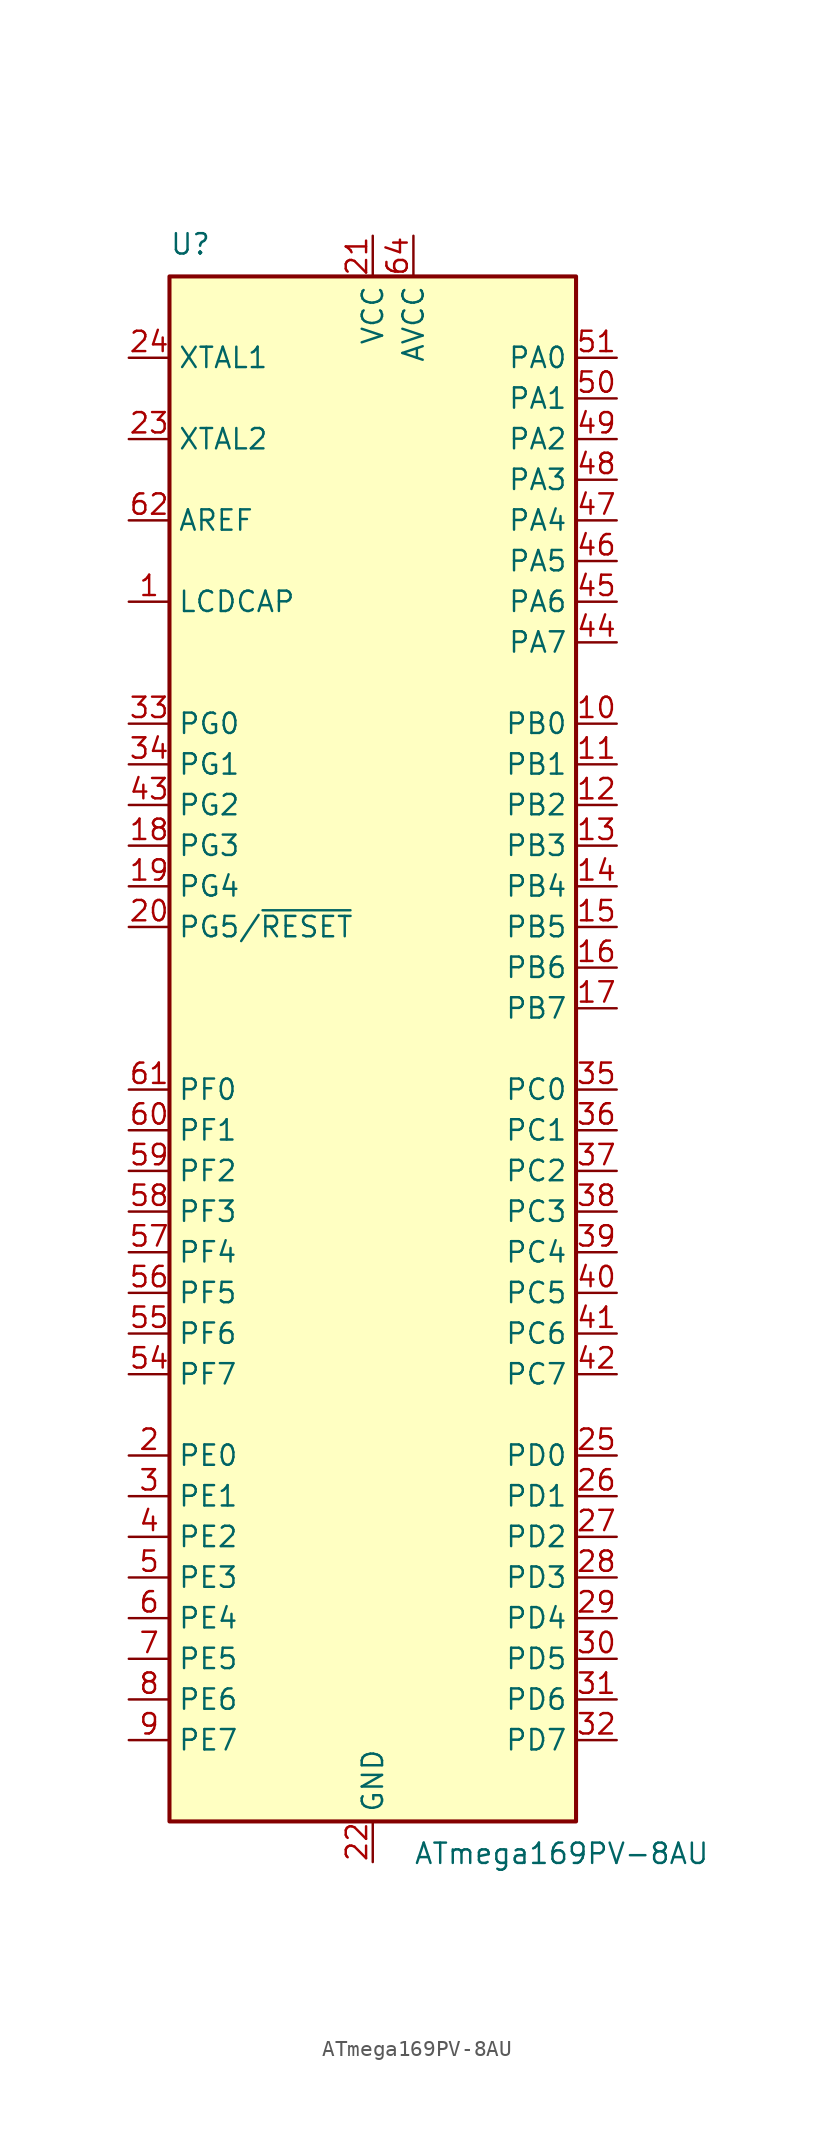
<source format=kicad_sym>
(kicad_symbol_lib
  (version 20211014)
  (generator kicad_symbol_editor)
  (symbol "ATmega169PV-8AU"
    (property "Reference" "U"
      (at -12.7 49.53 0)
      (effects (font (size 1.27 1.27)) (justify left bottom)))
    (property "Value" "ATmega169PV-8AU"
      (at 2.54 -49.53 0)
      (effects (font (size 1.27 1.27)) (justify left top)))
    (symbol "ATmega169PV-8AU_0_1"
      (rectangle (start -12.7 -48.26) (end 12.7 48.26) (stroke (width 0.254) (type default) (color 0 0 0 0)) (fill (type background))))
    (symbol "ATmega169PV-8AU_1_1"
      (pin passive line (at -15.24 27.94 0) (length 2.54) (name "LCDCAP" (effects (font (size 1.27 1.27)))) (number "1" (effects (font (size 1.27 1.27)))))
      (pin bidirectional line (at 15.24 20.32 180) (length 2.54) (name "PB0" (effects (font (size 1.27 1.27)))) (number "10" (effects (font (size 1.27 1.27)))))
      (pin bidirectional line (at 15.24 17.78 180) (length 2.54) (name "PB1" (effects (font (size 1.27 1.27)))) (number "11" (effects (font (size 1.27 1.27)))))
      (pin bidirectional line (at 15.24 15.24 180) (length 2.54) (name "PB2" (effects (font (size 1.27 1.27)))) (number "12" (effects (font (size 1.27 1.27)))))
      (pin bidirectional line (at 15.24 12.7 180) (length 2.54) (name "PB3" (effects (font (size 1.27 1.27)))) (number "13" (effects (font (size 1.27 1.27)))))
      (pin bidirectional line (at 15.24 10.16 180) (length 2.54) (name "PB4" (effects (font (size 1.27 1.27)))) (number "14" (effects (font (size 1.27 1.27)))))
      (pin bidirectional line (at 15.24 7.62 180) (length 2.54) (name "PB5" (effects (font (size 1.27 1.27)))) (number "15" (effects (font (size 1.27 1.27)))))
      (pin bidirectional line (at 15.24 5.08 180) (length 2.54) (name "PB6" (effects (font (size 1.27 1.27)))) (number "16" (effects (font (size 1.27 1.27)))))
      (pin bidirectional line (at 15.24 2.54 180) (length 2.54) (name "PB7" (effects (font (size 1.27 1.27)))) (number "17" (effects (font (size 1.27 1.27)))))
      (pin bidirectional line (at -15.24 12.7 0) (length 2.54) (name "PG3" (effects (font (size 1.27 1.27)))) (number "18" (effects (font (size 1.27 1.27)))))
      (pin bidirectional line (at -15.24 10.16 0) (length 2.54) (name "PG4" (effects (font (size 1.27 1.27)))) (number "19" (effects (font (size 1.27 1.27)))))
      (pin bidirectional line (at -15.24 -25.4 0) (length 2.54) (name "PE0" (effects (font (size 1.27 1.27)))) (number "2" (effects (font (size 1.27 1.27)))))
      (pin bidirectional line (at -15.24 7.62 0) (length 2.54) (name "PG5/~{RESET}" (effects (font (size 1.27 1.27)))) (number "20" (effects (font (size 1.27 1.27)))))
      (pin power_in line (at 0 50.8 270) (length 2.54) (name "VCC" (effects (font (size 1.27 1.27)))) (number "21" (effects (font (size 1.27 1.27)))))
      (pin power_in line (at 0 -50.8 90) (length 2.54) (name "GND" (effects (font (size 1.27 1.27)))) (number "22" (effects (font (size 1.27 1.27)))))
      (pin output line (at -15.24 38.1 0) (length 2.54) (name "XTAL2" (effects (font (size 1.27 1.27)))) (number "23" (effects (font (size 1.27 1.27)))))
      (pin input line (at -15.24 43.18 0) (length 2.54) (name "XTAL1" (effects (font (size 1.27 1.27)))) (number "24" (effects (font (size 1.27 1.27)))))
      (pin bidirectional line (at 15.24 -25.4 180) (length 2.54) (name "PD0" (effects (font (size 1.27 1.27)))) (number "25" (effects (font (size 1.27 1.27)))))
      (pin bidirectional line (at 15.24 -27.94 180) (length 2.54) (name "PD1" (effects (font (size 1.27 1.27)))) (number "26" (effects (font (size 1.27 1.27)))))
      (pin bidirectional line (at 15.24 -30.48 180) (length 2.54) (name "PD2" (effects (font (size 1.27 1.27)))) (number "27" (effects (font (size 1.27 1.27)))))
      (pin bidirectional line (at 15.24 -33.02 180) (length 2.54) (name "PD3" (effects (font (size 1.27 1.27)))) (number "28" (effects (font (size 1.27 1.27)))))
      (pin bidirectional line (at 15.24 -35.56 180) (length 2.54) (name "PD4" (effects (font (size 1.27 1.27)))) (number "29" (effects (font (size 1.27 1.27)))))
      (pin bidirectional line (at -15.24 -27.94 0) (length 2.54) (name "PE1" (effects (font (size 1.27 1.27)))) (number "3" (effects (font (size 1.27 1.27)))))
      (pin bidirectional line (at 15.24 -38.1 180) (length 2.54) (name "PD5" (effects (font (size 1.27 1.27)))) (number "30" (effects (font (size 1.27 1.27)))))
      (pin bidirectional line (at 15.24 -40.64 180) (length 2.54) (name "PD6" (effects (font (size 1.27 1.27)))) (number "31" (effects (font (size 1.27 1.27)))))
      (pin bidirectional line (at 15.24 -43.18 180) (length 2.54) (name "PD7" (effects (font (size 1.27 1.27)))) (number "32" (effects (font (size 1.27 1.27)))))
      (pin bidirectional line (at -15.24 20.32 0) (length 2.54) (name "PG0" (effects (font (size 1.27 1.27)))) (number "33" (effects (font (size 1.27 1.27)))))
      (pin bidirectional line (at -15.24 17.78 0) (length 2.54) (name "PG1" (effects (font (size 1.27 1.27)))) (number "34" (effects (font (size 1.27 1.27)))))
      (pin bidirectional line (at 15.24 -2.54 180) (length 2.54) (name "PC0" (effects (font (size 1.27 1.27)))) (number "35" (effects (font (size 1.27 1.27)))))
      (pin bidirectional line (at 15.24 -5.08 180) (length 2.54) (name "PC1" (effects (font (size 1.27 1.27)))) (number "36" (effects (font (size 1.27 1.27)))))
      (pin bidirectional line (at 15.24 -7.62 180) (length 2.54) (name "PC2" (effects (font (size 1.27 1.27)))) (number "37" (effects (font (size 1.27 1.27)))))
      (pin bidirectional line (at 15.24 -10.16 180) (length 2.54) (name "PC3" (effects (font (size 1.27 1.27)))) (number "38" (effects (font (size 1.27 1.27)))))
      (pin bidirectional line (at 15.24 -12.7 180) (length 2.54) (name "PC4" (effects (font (size 1.27 1.27)))) (number "39" (effects (font (size 1.27 1.27)))))
      (pin bidirectional line (at -15.24 -30.48 0) (length 2.54) (name "PE2" (effects (font (size 1.27 1.27)))) (number "4" (effects (font (size 1.27 1.27)))))
      (pin bidirectional line (at 15.24 -15.24 180) (length 2.54) (name "PC5" (effects (font (size 1.27 1.27)))) (number "40" (effects (font (size 1.27 1.27)))))
      (pin bidirectional line (at 15.24 -17.78 180) (length 2.54) (name "PC6" (effects (font (size 1.27 1.27)))) (number "41" (effects (font (size 1.27 1.27)))))
      (pin bidirectional line (at 15.24 -20.32 180) (length 2.54) (name "PC7" (effects (font (size 1.27 1.27)))) (number "42" (effects (font (size 1.27 1.27)))))
      (pin bidirectional line (at -15.24 15.24 0) (length 2.54) (name "PG2" (effects (font (size 1.27 1.27)))) (number "43" (effects (font (size 1.27 1.27)))))
      (pin bidirectional line (at 15.24 25.4 180) (length 2.54) (name "PA7" (effects (font (size 1.27 1.27)))) (number "44" (effects (font (size 1.27 1.27)))))
      (pin bidirectional line (at 15.24 27.94 180) (length 2.54) (name "PA6" (effects (font (size 1.27 1.27)))) (number "45" (effects (font (size 1.27 1.27)))))
      (pin bidirectional line (at 15.24 30.48 180) (length 2.54) (name "PA5" (effects (font (size 1.27 1.27)))) (number "46" (effects (font (size 1.27 1.27)))))
      (pin bidirectional line (at 15.24 33.02 180) (length 2.54) (name "PA4" (effects (font (size 1.27 1.27)))) (number "47" (effects (font (size 1.27 1.27)))))
      (pin bidirectional line (at 15.24 35.56 180) (length 2.54) (name "PA3" (effects (font (size 1.27 1.27)))) (number "48" (effects (font (size 1.27 1.27)))))
      (pin bidirectional line (at 15.24 38.1 180) (length 2.54) (name "PA2" (effects (font (size 1.27 1.27)))) (number "49" (effects (font (size 1.27 1.27)))))
      (pin bidirectional line (at -15.24 -33.02 0) (length 2.54) (name "PE3" (effects (font (size 1.27 1.27)))) (number "5" (effects (font (size 1.27 1.27)))))
      (pin bidirectional line (at 15.24 40.64 180) (length 2.54) (name "PA1" (effects (font (size 1.27 1.27)))) (number "50" (effects (font (size 1.27 1.27)))))
      (pin bidirectional line (at 15.24 43.18 180) (length 2.54) (name "PA0" (effects (font (size 1.27 1.27)))) (number "51" (effects (font (size 1.27 1.27)))))
      (pin passive line (at 0 50.8 270) (length 2.54) hide (name "VCC" (effects (font (size 1.27 1.27)))) (number "52" (effects (font (size 1.27 1.27)))))
      (pin passive line (at 0 -50.8 90) (length 2.54) hide (name "GND" (effects (font (size 1.27 1.27)))) (number "53" (effects (font (size 1.27 1.27)))))
      (pin bidirectional line (at -15.24 -20.32 0) (length 2.54) (name "PF7" (effects (font (size 1.27 1.27)))) (number "54" (effects (font (size 1.27 1.27)))))
      (pin bidirectional line (at -15.24 -17.78 0) (length 2.54) (name "PF6" (effects (font (size 1.27 1.27)))) (number "55" (effects (font (size 1.27 1.27)))))
      (pin bidirectional line (at -15.24 -15.24 0) (length 2.54) (name "PF5" (effects (font (size 1.27 1.27)))) (number "56" (effects (font (size 1.27 1.27)))))
      (pin bidirectional line (at -15.24 -12.7 0) (length 2.54) (name "PF4" (effects (font (size 1.27 1.27)))) (number "57" (effects (font (size 1.27 1.27)))))
      (pin bidirectional line (at -15.24 -10.16 0) (length 2.54) (name "PF3" (effects (font (size 1.27 1.27)))) (number "58" (effects (font (size 1.27 1.27)))))
      (pin bidirectional line (at -15.24 -7.62 0) (length 2.54) (name "PF2" (effects (font (size 1.27 1.27)))) (number "59" (effects (font (size 1.27 1.27)))))
      (pin bidirectional line (at -15.24 -35.56 0) (length 2.54) (name "PE4" (effects (font (size 1.27 1.27)))) (number "6" (effects (font (size 1.27 1.27)))))
      (pin bidirectional line (at -15.24 -5.08 0) (length 2.54) (name "PF1" (effects (font (size 1.27 1.27)))) (number "60" (effects (font (size 1.27 1.27)))))
      (pin bidirectional line (at -15.24 -2.54 0) (length 2.54) (name "PF0" (effects (font (size 1.27 1.27)))) (number "61" (effects (font (size 1.27 1.27)))))
      (pin passive line (at -15.24 33.02 0) (length 2.54) (name "AREF" (effects (font (size 1.27 1.27)))) (number "62" (effects (font (size 1.27 1.27)))))
      (pin passive line (at 0 -50.8 90) (length 2.54) hide (name "GND" (effects (font (size 1.27 1.27)))) (number "63" (effects (font (size 1.27 1.27)))))
      (pin power_in line (at 2.54 50.8 270) (length 2.54) (name "AVCC" (effects (font (size 1.27 1.27)))) (number "64" (effects (font (size 1.27 1.27)))))
      (pin bidirectional line (at -15.24 -38.1 0) (length 2.54) (name "PE5" (effects (font (size 1.27 1.27)))) (number "7" (effects (font (size 1.27 1.27)))))
      (pin bidirectional line (at -15.24 -40.64 0) (length 2.54) (name "PE6" (effects (font (size 1.27 1.27)))) (number "8" (effects (font (size 1.27 1.27)))))
      (pin bidirectional line (at -15.24 -43.18 0) (length 2.54) (name "PE7" (effects (font (size 1.27 1.27)))) (number "9" (effects (font (size 1.27 1.27))))))))
</source>
